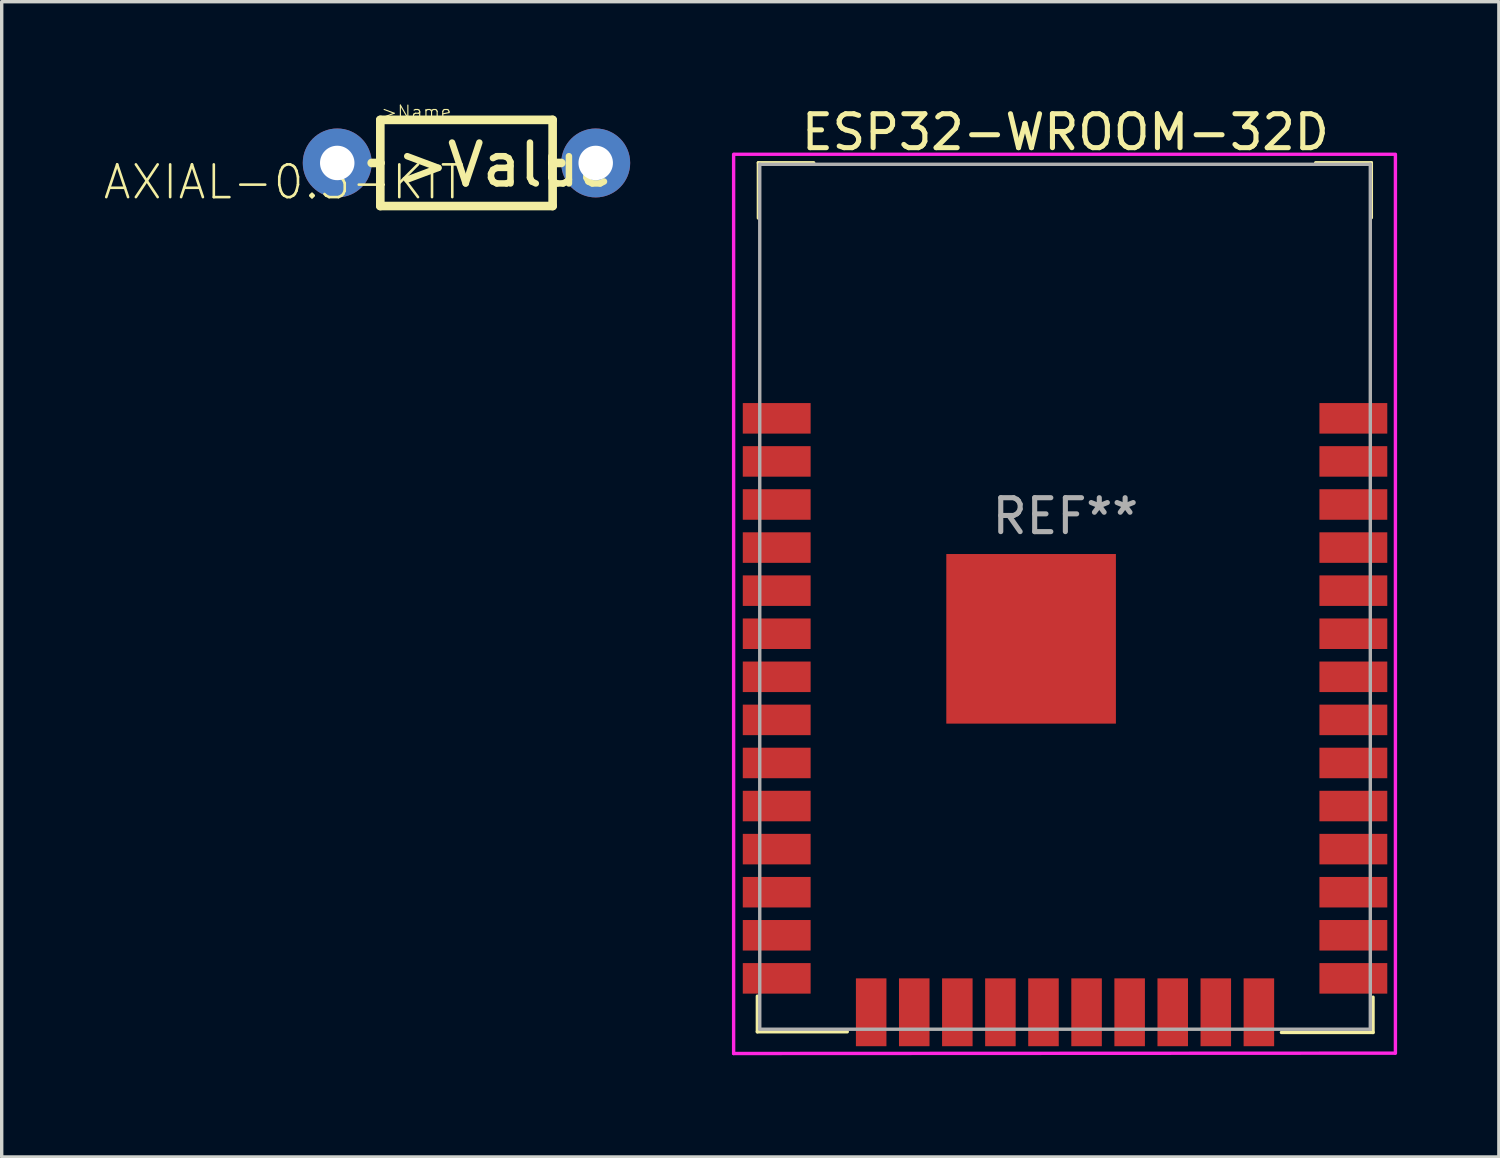
<source format=kicad_pcb>
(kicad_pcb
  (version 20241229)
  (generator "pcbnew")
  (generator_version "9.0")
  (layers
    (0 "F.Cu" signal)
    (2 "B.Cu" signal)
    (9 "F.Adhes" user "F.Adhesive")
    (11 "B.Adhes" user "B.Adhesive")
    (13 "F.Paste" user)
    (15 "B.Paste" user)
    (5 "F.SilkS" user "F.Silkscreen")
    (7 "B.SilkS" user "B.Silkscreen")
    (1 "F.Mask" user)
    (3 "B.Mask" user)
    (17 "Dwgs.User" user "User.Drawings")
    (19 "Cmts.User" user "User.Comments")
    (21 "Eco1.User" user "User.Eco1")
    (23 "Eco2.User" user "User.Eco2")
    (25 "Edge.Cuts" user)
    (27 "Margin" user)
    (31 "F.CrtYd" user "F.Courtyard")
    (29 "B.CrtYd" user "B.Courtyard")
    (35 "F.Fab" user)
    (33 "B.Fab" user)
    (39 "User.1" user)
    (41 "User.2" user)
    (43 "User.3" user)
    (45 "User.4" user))
  (footprint "AXIAL-0.3-KIT"
    (layer "F.Cu")
    (at 10.702 1.754)
    (property "Reference" "AXIAL-0.3-KIT" (at 0 0 0) (layer "F.SilkS") (effects (font (size 0.965 0.965) (thickness 0.077)) (justify right top)))
    (attr through_hole)
    (fp_poly (pts (xy -3.81 0.445) (xy -3.81 0.445) (xy -3.977 0.415) (xy -4.12 0.324) (xy -4.218 0.186) (xy -4.255 0.02) (xy -4.224 -0.155) (xy -4.129 -0.305) (xy -3.81 -0.447) (xy -3.639 -0.41) (xy -3.494 -0.31) (xy -3.368 0.01) (xy -3.403 0.177) (xy -3.499 0.319)) (stroke (width 0) (type solid)) (fill yes) (layer "F.Mask"))
    (fp_poly (pts (xy 3.818 0.437) (xy 3.818 0.437) (xy 3.651 0.408) (xy 3.507 0.317) (xy 3.41 0.178) (xy 3.373 0.013) (xy 3.403 -0.163) (xy 3.499 -0.313) (xy 3.818 -0.455) (xy 3.818 -0.455) (xy 3.989 -0.417) (xy 4.133 -0.318) (xy 4.26 0.003) (xy 4.225 0.17) (xy 4.129 0.311)) (stroke (width 0) (type solid)) (fill yes) (layer "F.Mask"))
    (fp_poly (pts (xy 3.82 0.945) (xy 3.82 0.945) (xy 3.61 0.924) (xy 3.41 0.857) (xy 3.23 0.747) (xy 3.079 0.6) (xy 2.964 0.423) (xy 2.865 0.015) (xy 2.887 -0.2) (xy 2.956 -0.404) (xy 3.068 -0.588) (xy 3.219 -0.743) (xy 3.401 -0.86) (xy 3.603 -0.933) (xy 3.818 -0.96) (xy 4.032 -0.933) (xy 4.234 -0.859) (xy 4.416 -0.741) (xy 4.566 -0.586) (xy 4.678 -0.402) (xy 4.747 -0.197) (xy 4.768 0.018) (xy 4.768 0.018) (xy 4.742 0.226) (xy 4.67 0.424) (xy 4.557 0.6) (xy 4.407 0.747) (xy 4.228 0.857)) (stroke (width 0) (type solid)) (fill yes) (layer "B.Mask"))
    (fp_poly (pts (xy -3.808 0.953) (xy -3.807 0.953) (xy -4.017 0.932) (xy -4.218 0.865) (xy -4.398 0.755) (xy -4.549 0.608) (xy -4.664 0.43) (xy -4.762 0.023) (xy -4.762 0.023) (xy -4.741 -0.192) (xy -4.672 -0.397) (xy -4.559 -0.581) (xy -4.409 -0.735) (xy -4.227 -0.852) (xy -4.024 -0.926) (xy -3.81 -0.953) (xy -3.596 -0.925) (xy -3.393 -0.851) (xy -3.212 -0.734) (xy -3.062 -0.579) (xy -2.949 -0.394) (xy -2.881 -0.189) (xy -2.86 0.025) (xy -2.86 0.025) (xy -2.886 0.234) (xy -2.957 0.431) (xy -3.071 0.608) (xy -3.221 0.754) (xy -3.4 0.864)) (stroke (width 0) (type solid)) (fill yes) (layer "B.Mask"))
    (fp_line (start -2.54 -1.27) (end 2.54 -1.27) (stroke (width 0.254) (type solid)) (layer "F.SilkS"))
    (fp_line (start -2.54 0) (end -2.794 0) (stroke (width 0.254) (type solid)) (layer "F.SilkS"))
    (fp_line (start -2.54 0) (end -2.54 -1.27) (stroke (width 0.254) (type solid)) (layer "F.SilkS"))
    (fp_line (start -2.54 1.27) (end -2.54 0) (stroke (width 0.254) (type solid)) (layer "F.SilkS"))
    (fp_line (start 2.54 -1.27) (end 2.54 0) (stroke (width 0.254) (type solid)) (layer "F.SilkS"))
    (fp_line (start 2.54 0) (end 2.54 1.27) (stroke (width 0.254) (type solid)) (layer "F.SilkS"))
    (fp_line (start 2.54 0) (end 2.794 0) (stroke (width 0.254) (type solid)) (layer "F.SilkS"))
    (fp_line (start 2.54 1.27) (end -2.54 1.27) (stroke (width 0.254) (type solid)) (layer "F.SilkS"))
    (fp_text user ">Name" (at -2.54 -1.27 0) (layer "F.SilkS") (effects (font (size 0.386 0.386) (thickness 0.033)) (justify left bottom)))
    (fp_text user ">Value" (at -2.159 0.762 0) (layer "F.SilkS") (effects (font (size 1.206 1.206) (thickness 0.191)) (justify left bottom)))
    (pad "P$1" thru_hole circle (at -3.81 0) (size 2.032 2.032) (drill 1.016) (layers "*.Cu" "*.Mask"))
    (pad "P$2" thru_hole circle (at 3.81 0) (size 2.032 2.032) (drill 1.016) (layers "*.Cu" "*.Mask")))
  (footprint "ESP32-WROOM-32D"
    (layer "F.Cu")
    (at 28.348 17.538)
    (property "Reference" "ESP32-WROOM-32D" (at 0.01 -16.69 0) (layer "F.SilkS") (effects (font (size 1 1) (thickness 0.15))))
    (attr smd)
    (fp_line (start -9.07 8.78) (end -9.07 9.83) (stroke (width 0.1) (type solid)) (layer "F.SilkS"))
    (fp_line (start -9.07 9.83) (end -6.42 9.83) (stroke (width 0.1) (type solid)) (layer "F.SilkS"))
    (fp_line (start -9.04 -15.79) (end -7.41 -15.79) (stroke (width 0.1) (type solid)) (layer "F.SilkS"))
    (fp_line (start -9.04 -14.16) (end -9.04 -15.79) (stroke (width 0.1) (type solid)) (layer "F.SilkS"))
    (fp_line (start 9.03 -15.79) (end 7.39 -15.79) (stroke (width 0.1) (type solid)) (layer "F.SilkS"))
    (fp_line (start 9.03 -14.17) (end 9.03 -15.79) (stroke (width 0.1) (type solid)) (layer "F.SilkS"))
    (fp_line (start 9.08 8.81) (end 9.08 9.85) (stroke (width 0.1) (type solid)) (layer "F.SilkS"))
    (fp_line (start 9.08 9.85) (end 6.38 9.85) (stroke (width 0.1) (type solid)) (layer "F.SilkS"))
    (fp_line (start -9.77 -16.04) (end -9.77 10.47) (stroke (width 0.1) (type solid)) (layer "F.CrtYd"))
    (fp_line (start -9.77 10.47) (end 9.73 10.46) (stroke (width 0.1) (type solid)) (layer "F.CrtYd"))
    (fp_line (start 9.74 -16.04) (end -9.74 -16.04) (stroke (width 0.1) (type solid)) (layer "F.CrtYd"))
    (fp_line (start 9.74 10.46) (end 9.74 -16.02) (stroke (width 0.1) (type solid)) (layer "F.CrtYd"))
    (fp_line (start -9 -15.748) (end -9 9.755) (stroke (width 0.1) (type solid)) (layer "F.Fab"))
    (fp_line (start -9 -15.745) (end 9 -15.745) (stroke (width 0.1) (type solid)) (layer "F.Fab"))
    (fp_line (start -9 9.755) (end 9 9.755) (stroke (width 0.1) (type solid)) (layer "F.Fab"))
    (fp_line (start 9 -15.748) (end 9 9.755) (stroke (width 0.1) (type solid)) (layer "F.Fab"))
    (fp_text user "REF**" (at 0.01 -5.37 0) (layer "F.Fab") (effects (font (size 1 1) (thickness 0.15))))
    (pad "1" smd rect (at -8.5 -8.255) (size 2 0.9) (layers "F.Cu" "F.Mask" "F.Paste"))
    (pad "2" smd rect (at -8.5 -6.985) (size 2 0.9) (layers "F.Cu" "F.Mask" "F.Paste"))
    (pad "3" smd rect (at -8.5 -5.715) (size 2 0.9) (layers "F.Cu" "F.Mask" "F.Paste"))
    (pad "4" smd rect (at -8.5 -4.445) (size 2 0.9) (layers "F.Cu" "F.Mask" "F.Paste"))
    (pad "5" smd rect (at -8.5 -3.175) (size 2 0.9) (layers "F.Cu" "F.Mask" "F.Paste"))
    (pad "6" smd rect (at -8.5 -1.905) (size 2 0.9) (layers "F.Cu" "F.Mask" "F.Paste"))
    (pad "7" smd rect (at -8.5 -0.635) (size 2 0.9) (layers "F.Cu" "F.Mask" "F.Paste"))
    (pad "8" smd rect (at -8.5 0.635) (size 2 0.9) (layers "F.Cu" "F.Mask" "F.Paste"))
    (pad "9" smd rect (at -8.5 1.905) (size 2 0.9) (layers "F.Cu" "F.Mask" "F.Paste"))
    (pad "10" smd rect (at -8.5 3.175) (size 2 0.9) (layers "F.Cu" "F.Mask" "F.Paste"))
    (pad "11" smd rect (at -8.5 4.445) (size 2 0.9) (layers "F.Cu" "F.Mask" "F.Paste"))
    (pad "12" smd rect (at -8.5 5.715) (size 2 0.9) (layers "F.Cu" "F.Mask" "F.Paste"))
    (pad "13" smd rect (at -8.5 6.985) (size 2 0.9) (layers "F.Cu" "F.Mask" "F.Paste"))
    (pad "14" smd rect (at -8.5 8.255) (size 2 0.9) (layers "F.Cu" "F.Mask" "F.Paste"))
    (pad "15" smd rect (at -5.715 9.255 90) (size 2 0.9) (layers "F.Cu" "F.Mask" "F.Paste"))
    (pad "16" smd rect (at -4.445 9.255 90) (size 2 0.9) (layers "F.Cu" "F.Mask" "F.Paste"))
    (pad "17" smd rect (at -3.175 9.255 90) (size 2 0.9) (layers "F.Cu" "F.Mask" "F.Paste"))
    (pad "18" smd rect (at -1.905 9.255 90) (size 2 0.9) (layers "F.Cu" "F.Mask" "F.Paste"))
    (pad "19" smd rect (at -0.635 9.255 90) (size 2 0.9) (layers "F.Cu" "F.Mask" "F.Paste"))
    (pad "20" smd rect (at 0.635 9.255 90) (size 2 0.9) (layers "F.Cu" "F.Mask" "F.Paste"))
    (pad "21" smd rect (at 1.905 9.255 90) (size 2 0.9) (layers "F.Cu" "F.Mask" "F.Paste"))
    (pad "22" smd rect (at 3.175 9.255 90) (size 2 0.9) (layers "F.Cu" "F.Mask" "F.Paste"))
    (pad "23" smd rect (at 4.445 9.255 90) (size 2 0.9) (layers "F.Cu" "F.Mask" "F.Paste"))
    (pad "24" smd rect (at 5.715 9.255 90) (size 2 0.9) (layers "F.Cu" "F.Mask" "F.Paste"))
    (pad "25" smd rect (at 8.5 8.255) (size 2 0.9) (layers "F.Cu" "F.Mask" "F.Paste"))
    (pad "26" smd rect (at 8.5 6.985) (size 2 0.9) (layers "F.Cu" "F.Mask" "F.Paste"))
    (pad "27" smd rect (at 8.5 5.715) (size 2 0.9) (layers "F.Cu" "F.Mask" "F.Paste"))
    (pad "28" smd rect (at 8.5 4.445) (size 2 0.9) (layers "F.Cu" "F.Mask" "F.Paste"))
    (pad "29" smd rect (at 8.5 3.175) (size 2 0.9) (layers "F.Cu" "F.Mask" "F.Paste"))
    (pad "30" smd rect (at 8.5 1.905) (size 2 0.9) (layers "F.Cu" "F.Mask" "F.Paste"))
    (pad "31" smd rect (at 8.5 0.635) (size 2 0.9) (layers "F.Cu" "F.Mask" "F.Paste"))
    (pad "32" smd rect (at 8.5 -0.635) (size 2 0.9) (layers "F.Cu" "F.Mask" "F.Paste"))
    (pad "33" smd rect (at 8.5 -1.905) (size 2 0.9) (layers "F.Cu" "F.Mask" "F.Paste"))
    (pad "34" smd rect (at 8.5 -3.175) (size 2 0.9) (layers "F.Cu" "F.Mask" "F.Paste"))
    (pad "35" smd rect (at 8.5 -4.445) (size 2 0.9) (layers "F.Cu" "F.Mask" "F.Paste"))
    (pad "36" smd rect (at 8.5 -5.715) (size 2 0.9) (layers "F.Cu" "F.Mask" "F.Paste"))
    (pad "37" smd rect (at 8.5 -6.985) (size 2 0.9) (layers "F.Cu" "F.Mask" "F.Paste"))
    (pad "38" smd rect (at 8.5 -8.255) (size 2 0.9) (layers "F.Cu" "F.Mask" "F.Paste"))
    (pad "39" smd rect (at -1 -1.755) (size 5 5) (layers "F.Cu" "F.Mask" "F.Paste")))
  (gr_rect
    (start -3 -3)
    (end 41.138 31.058)
    (stroke (width 0.1) (type default))
    (fill no)
    (layer "Edge.Cuts")))
</source>
